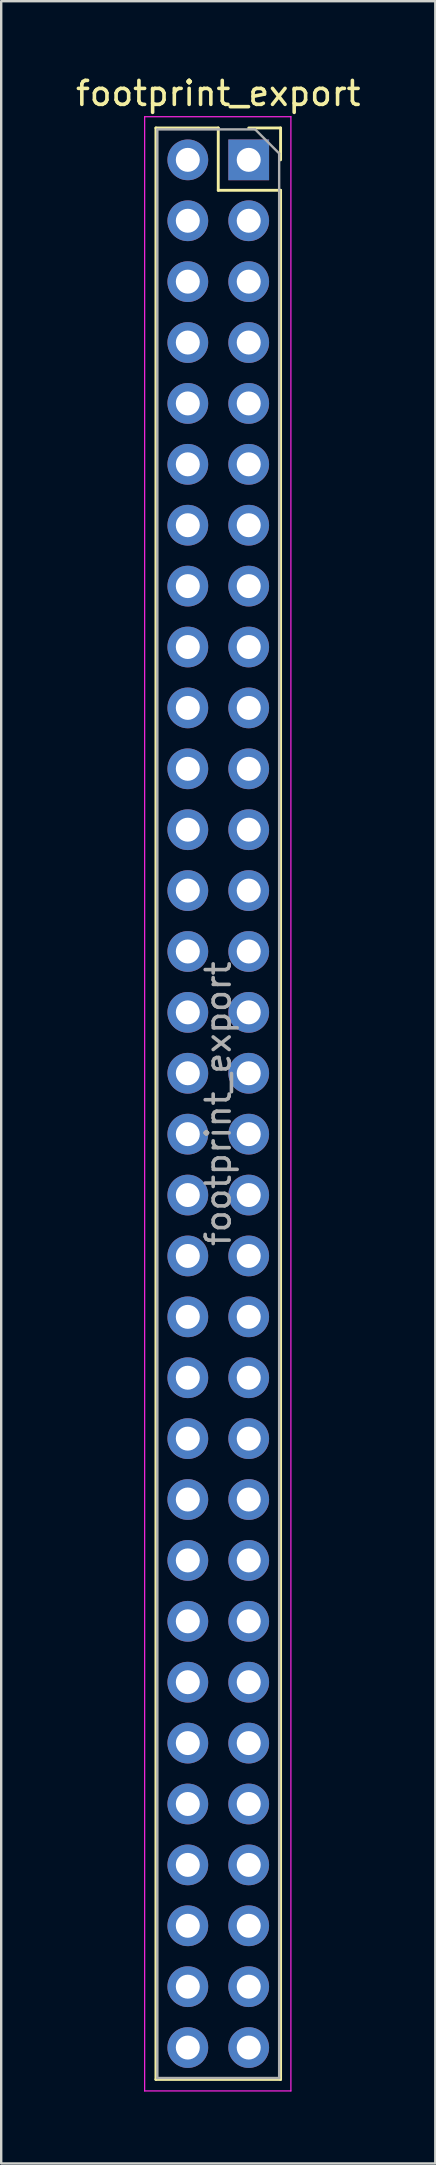
<source format=kicad_pcb>
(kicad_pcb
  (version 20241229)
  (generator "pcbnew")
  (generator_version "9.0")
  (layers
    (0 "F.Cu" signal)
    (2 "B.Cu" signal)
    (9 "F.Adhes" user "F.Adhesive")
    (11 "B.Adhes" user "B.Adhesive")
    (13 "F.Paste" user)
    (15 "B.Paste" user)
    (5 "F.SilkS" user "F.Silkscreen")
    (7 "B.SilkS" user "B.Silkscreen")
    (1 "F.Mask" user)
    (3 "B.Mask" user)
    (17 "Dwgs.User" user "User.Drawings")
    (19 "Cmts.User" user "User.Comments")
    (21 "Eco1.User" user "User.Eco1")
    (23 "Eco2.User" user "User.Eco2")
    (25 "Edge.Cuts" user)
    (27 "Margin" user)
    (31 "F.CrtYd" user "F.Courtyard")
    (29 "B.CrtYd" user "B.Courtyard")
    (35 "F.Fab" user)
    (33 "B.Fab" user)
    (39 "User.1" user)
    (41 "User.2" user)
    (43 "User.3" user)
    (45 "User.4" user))
  (footprint "footprint_export"
    (layer "F.Cu")
    (at 7.324 3.618)
    (property "Reference" "footprint_export" (at -1.27 -2.77 0) (layer "F.SilkS") (effects (font (size 1 1) (thickness 0.15))))
    (attr through_hole)
    (fp_line (start -3.87 -1.33) (end -3.87 80.07) (stroke (width 0.12) (type solid)) (layer "F.SilkS"))
    (fp_line (start -3.87 -1.33) (end -1.27 -1.33) (stroke (width 0.12) (type solid)) (layer "F.SilkS"))
    (fp_line (start -3.87 80.07) (end 1.33 80.07) (stroke (width 0.12) (type solid)) (layer "F.SilkS"))
    (fp_line (start -1.27 -1.33) (end -1.27 1.27) (stroke (width 0.12) (type solid)) (layer "F.SilkS"))
    (fp_line (start -1.27 1.27) (end 1.33 1.27) (stroke (width 0.12) (type solid)) (layer "F.SilkS"))
    (fp_line (start 0 -1.33) (end 1.33 -1.33) (stroke (width 0.12) (type solid)) (layer "F.SilkS"))
    (fp_line (start 1.33 -1.33) (end 1.33 0) (stroke (width 0.12) (type solid)) (layer "F.SilkS"))
    (fp_line (start 1.33 1.27) (end 1.33 80.07) (stroke (width 0.12) (type solid)) (layer "F.SilkS"))
    (fp_line (start -4.34 -1.8) (end 1.76 -1.8) (stroke (width 0.05) (type solid)) (layer "F.CrtYd"))
    (fp_line (start -4.34 80.55) (end -4.34 -1.8) (stroke (width 0.05) (type solid)) (layer "F.CrtYd"))
    (fp_line (start 1.76 -1.8) (end 1.76 80.55) (stroke (width 0.05) (type solid)) (layer "F.CrtYd"))
    (fp_line (start 1.76 80.55) (end -4.34 80.55) (stroke (width 0.05) (type solid)) (layer "F.CrtYd"))
    (fp_line (start -3.81 -1.27) (end 0.27 -1.27) (stroke (width 0.1) (type solid)) (layer "F.Fab"))
    (fp_line (start -3.81 80.01) (end -3.81 -1.27) (stroke (width 0.1) (type solid)) (layer "F.Fab"))
    (fp_line (start 0.27 -1.27) (end 1.27 -0.27) (stroke (width 0.1) (type solid)) (layer "F.Fab"))
    (fp_line (start 1.27 -0.27) (end 1.27 80.01) (stroke (width 0.1) (type solid)) (layer "F.Fab"))
    (fp_line (start 1.27 80.01) (end -3.81 80.01) (stroke (width 0.1) (type solid)) (layer "F.Fab"))
    (fp_text user "${REFERENCE}" (at -1.27 39.37 90) (layer "F.Fab") (effects (font (size 1 1) (thickness 0.15))))
    (pad "1" thru_hole rect (at 0 0) (size 1.7 1.7) (drill 1) (layers "*.Cu" "*.Mask"))
    (pad "2" thru_hole oval (at -2.54 0) (size 1.7 1.7) (drill 1) (layers "*.Cu" "*.Mask"))
    (pad "3" thru_hole oval (at 0 2.54) (size 1.7 1.7) (drill 1) (layers "*.Cu" "*.Mask"))
    (pad "4" thru_hole oval (at -2.54 2.54) (size 1.7 1.7) (drill 1) (layers "*.Cu" "*.Mask"))
    (pad "5" thru_hole oval (at 0 5.08) (size 1.7 1.7) (drill 1) (layers "*.Cu" "*.Mask"))
    (pad "6" thru_hole oval (at -2.54 5.08) (size 1.7 1.7) (drill 1) (layers "*.Cu" "*.Mask"))
    (pad "7" thru_hole oval (at 0 7.62) (size 1.7 1.7) (drill 1) (layers "*.Cu" "*.Mask"))
    (pad "8" thru_hole oval (at -2.54 7.62) (size 1.7 1.7) (drill 1) (layers "*.Cu" "*.Mask"))
    (pad "9" thru_hole oval (at 0 10.16) (size 1.7 1.7) (drill 1) (layers "*.Cu" "*.Mask"))
    (pad "10" thru_hole oval (at -2.54 10.16) (size 1.7 1.7) (drill 1) (layers "*.Cu" "*.Mask"))
    (pad "11" thru_hole oval (at 0 12.7) (size 1.7 1.7) (drill 1) (layers "*.Cu" "*.Mask"))
    (pad "12" thru_hole oval (at -2.54 12.7) (size 1.7 1.7) (drill 1) (layers "*.Cu" "*.Mask"))
    (pad "13" thru_hole oval (at 0 15.24) (size 1.7 1.7) (drill 1) (layers "*.Cu" "*.Mask"))
    (pad "14" thru_hole oval (at -2.54 15.24) (size 1.7 1.7) (drill 1) (layers "*.Cu" "*.Mask"))
    (pad "15" thru_hole oval (at 0 17.78) (size 1.7 1.7) (drill 1) (layers "*.Cu" "*.Mask"))
    (pad "16" thru_hole oval (at -2.54 17.78) (size 1.7 1.7) (drill 1) (layers "*.Cu" "*.Mask"))
    (pad "17" thru_hole oval (at 0 20.32) (size 1.7 1.7) (drill 1) (layers "*.Cu" "*.Mask"))
    (pad "18" thru_hole oval (at -2.54 20.32) (size 1.7 1.7) (drill 1) (layers "*.Cu" "*.Mask"))
    (pad "19" thru_hole oval (at 0 22.86) (size 1.7 1.7) (drill 1) (layers "*.Cu" "*.Mask"))
    (pad "20" thru_hole oval (at -2.54 22.86) (size 1.7 1.7) (drill 1) (layers "*.Cu" "*.Mask"))
    (pad "21" thru_hole oval (at 0 25.4) (size 1.7 1.7) (drill 1) (layers "*.Cu" "*.Mask"))
    (pad "22" thru_hole oval (at -2.54 25.4) (size 1.7 1.7) (drill 1) (layers "*.Cu" "*.Mask"))
    (pad "23" thru_hole oval (at 0 27.94) (size 1.7 1.7) (drill 1) (layers "*.Cu" "*.Mask"))
    (pad "24" thru_hole oval (at -2.54 27.94) (size 1.7 1.7) (drill 1) (layers "*.Cu" "*.Mask"))
    (pad "25" thru_hole oval (at 0 30.48) (size 1.7 1.7) (drill 1) (layers "*.Cu" "*.Mask"))
    (pad "26" thru_hole oval (at -2.54 30.48) (size 1.7 1.7) (drill 1) (layers "*.Cu" "*.Mask"))
    (pad "27" thru_hole oval (at 0 33.02) (size 1.7 1.7) (drill 1) (layers "*.Cu" "*.Mask"))
    (pad "28" thru_hole oval (at -2.54 33.02) (size 1.7 1.7) (drill 1) (layers "*.Cu" "*.Mask"))
    (pad "29" thru_hole oval (at 0 35.56) (size 1.7 1.7) (drill 1) (layers "*.Cu" "*.Mask"))
    (pad "30" thru_hole oval (at -2.54 35.56) (size 1.7 1.7) (drill 1) (layers "*.Cu" "*.Mask"))
    (pad "31" thru_hole oval (at 0 38.1) (size 1.7 1.7) (drill 1) (layers "*.Cu" "*.Mask"))
    (pad "32" thru_hole oval (at -2.54 38.1) (size 1.7 1.7) (drill 1) (layers "*.Cu" "*.Mask"))
    (pad "33" thru_hole oval (at 0 40.64) (size 1.7 1.7) (drill 1) (layers "*.Cu" "*.Mask"))
    (pad "34" thru_hole oval (at -2.54 40.64) (size 1.7 1.7) (drill 1) (layers "*.Cu" "*.Mask"))
    (pad "35" thru_hole oval (at 0 43.18) (size 1.7 1.7) (drill 1) (layers "*.Cu" "*.Mask"))
    (pad "36" thru_hole oval (at -2.54 43.18) (size 1.7 1.7) (drill 1) (layers "*.Cu" "*.Mask"))
    (pad "37" thru_hole oval (at 0 45.72) (size 1.7 1.7) (drill 1) (layers "*.Cu" "*.Mask"))
    (pad "38" thru_hole oval (at -2.54 45.72) (size 1.7 1.7) (drill 1) (layers "*.Cu" "*.Mask"))
    (pad "39" thru_hole oval (at 0 48.26) (size 1.7 1.7) (drill 1) (layers "*.Cu" "*.Mask"))
    (pad "40" thru_hole oval (at -2.54 48.26) (size 1.7 1.7) (drill 1) (layers "*.Cu" "*.Mask"))
    (pad "41" thru_hole oval (at 0 50.8) (size 1.7 1.7) (drill 1) (layers "*.Cu" "*.Mask"))
    (pad "42" thru_hole oval (at -2.54 50.8) (size 1.7 1.7) (drill 1) (layers "*.Cu" "*.Mask"))
    (pad "43" thru_hole oval (at 0 53.34) (size 1.7 1.7) (drill 1) (layers "*.Cu" "*.Mask"))
    (pad "44" thru_hole oval (at -2.54 53.34) (size 1.7 1.7) (drill 1) (layers "*.Cu" "*.Mask"))
    (pad "45" thru_hole oval (at 0 55.88) (size 1.7 1.7) (drill 1) (layers "*.Cu" "*.Mask"))
    (pad "46" thru_hole oval (at -2.54 55.88) (size 1.7 1.7) (drill 1) (layers "*.Cu" "*.Mask"))
    (pad "47" thru_hole oval (at 0 58.42) (size 1.7 1.7) (drill 1) (layers "*.Cu" "*.Mask"))
    (pad "48" thru_hole oval (at -2.54 58.42) (size 1.7 1.7) (drill 1) (layers "*.Cu" "*.Mask"))
    (pad "49" thru_hole oval (at 0 60.96) (size 1.7 1.7) (drill 1) (layers "*.Cu" "*.Mask"))
    (pad "50" thru_hole oval (at -2.54 60.96) (size 1.7 1.7) (drill 1) (layers "*.Cu" "*.Mask"))
    (pad "51" thru_hole oval (at 0 63.5) (size 1.7 1.7) (drill 1) (layers "*.Cu" "*.Mask"))
    (pad "52" thru_hole oval (at -2.54 63.5) (size 1.7 1.7) (drill 1) (layers "*.Cu" "*.Mask"))
    (pad "53" thru_hole oval (at 0 66.04) (size 1.7 1.7) (drill 1) (layers "*.Cu" "*.Mask"))
    (pad "54" thru_hole oval (at -2.54 66.04) (size 1.7 1.7) (drill 1) (layers "*.Cu" "*.Mask"))
    (pad "55" thru_hole oval (at 0 68.58) (size 1.7 1.7) (drill 1) (layers "*.Cu" "*.Mask"))
    (pad "56" thru_hole oval (at -2.54 68.58) (size 1.7 1.7) (drill 1) (layers "*.Cu" "*.Mask"))
    (pad "57" thru_hole oval (at 0 71.12) (size 1.7 1.7) (drill 1) (layers "*.Cu" "*.Mask"))
    (pad "58" thru_hole oval (at -2.54 71.12) (size 1.7 1.7) (drill 1) (layers "*.Cu" "*.Mask"))
    (pad "59" thru_hole oval (at 0 73.66) (size 1.7 1.7) (drill 1) (layers "*.Cu" "*.Mask"))
    (pad "60" thru_hole oval (at -2.54 73.66) (size 1.7 1.7) (drill 1) (layers "*.Cu" "*.Mask"))
    (pad "61" thru_hole oval (at 0 76.2) (size 1.7 1.7) (drill 1) (layers "*.Cu" "*.Mask"))
    (pad "62" thru_hole oval (at -2.54 76.2) (size 1.7 1.7) (drill 1) (layers "*.Cu" "*.Mask"))
    (pad "63" thru_hole oval (at 0 78.74) (size 1.7 1.7) (drill 1) (layers "*.Cu" "*.Mask"))
    (pad "64" thru_hole oval (at -2.54 78.74) (size 1.7 1.7) (drill 1) (layers "*.Cu" "*.Mask")))
  (gr_rect
    (start -3 -3)
    (end 15.107 87.193)
    (stroke (width 0.1) (type default))
    (fill no)
    (layer "Edge.Cuts")))
</source>
